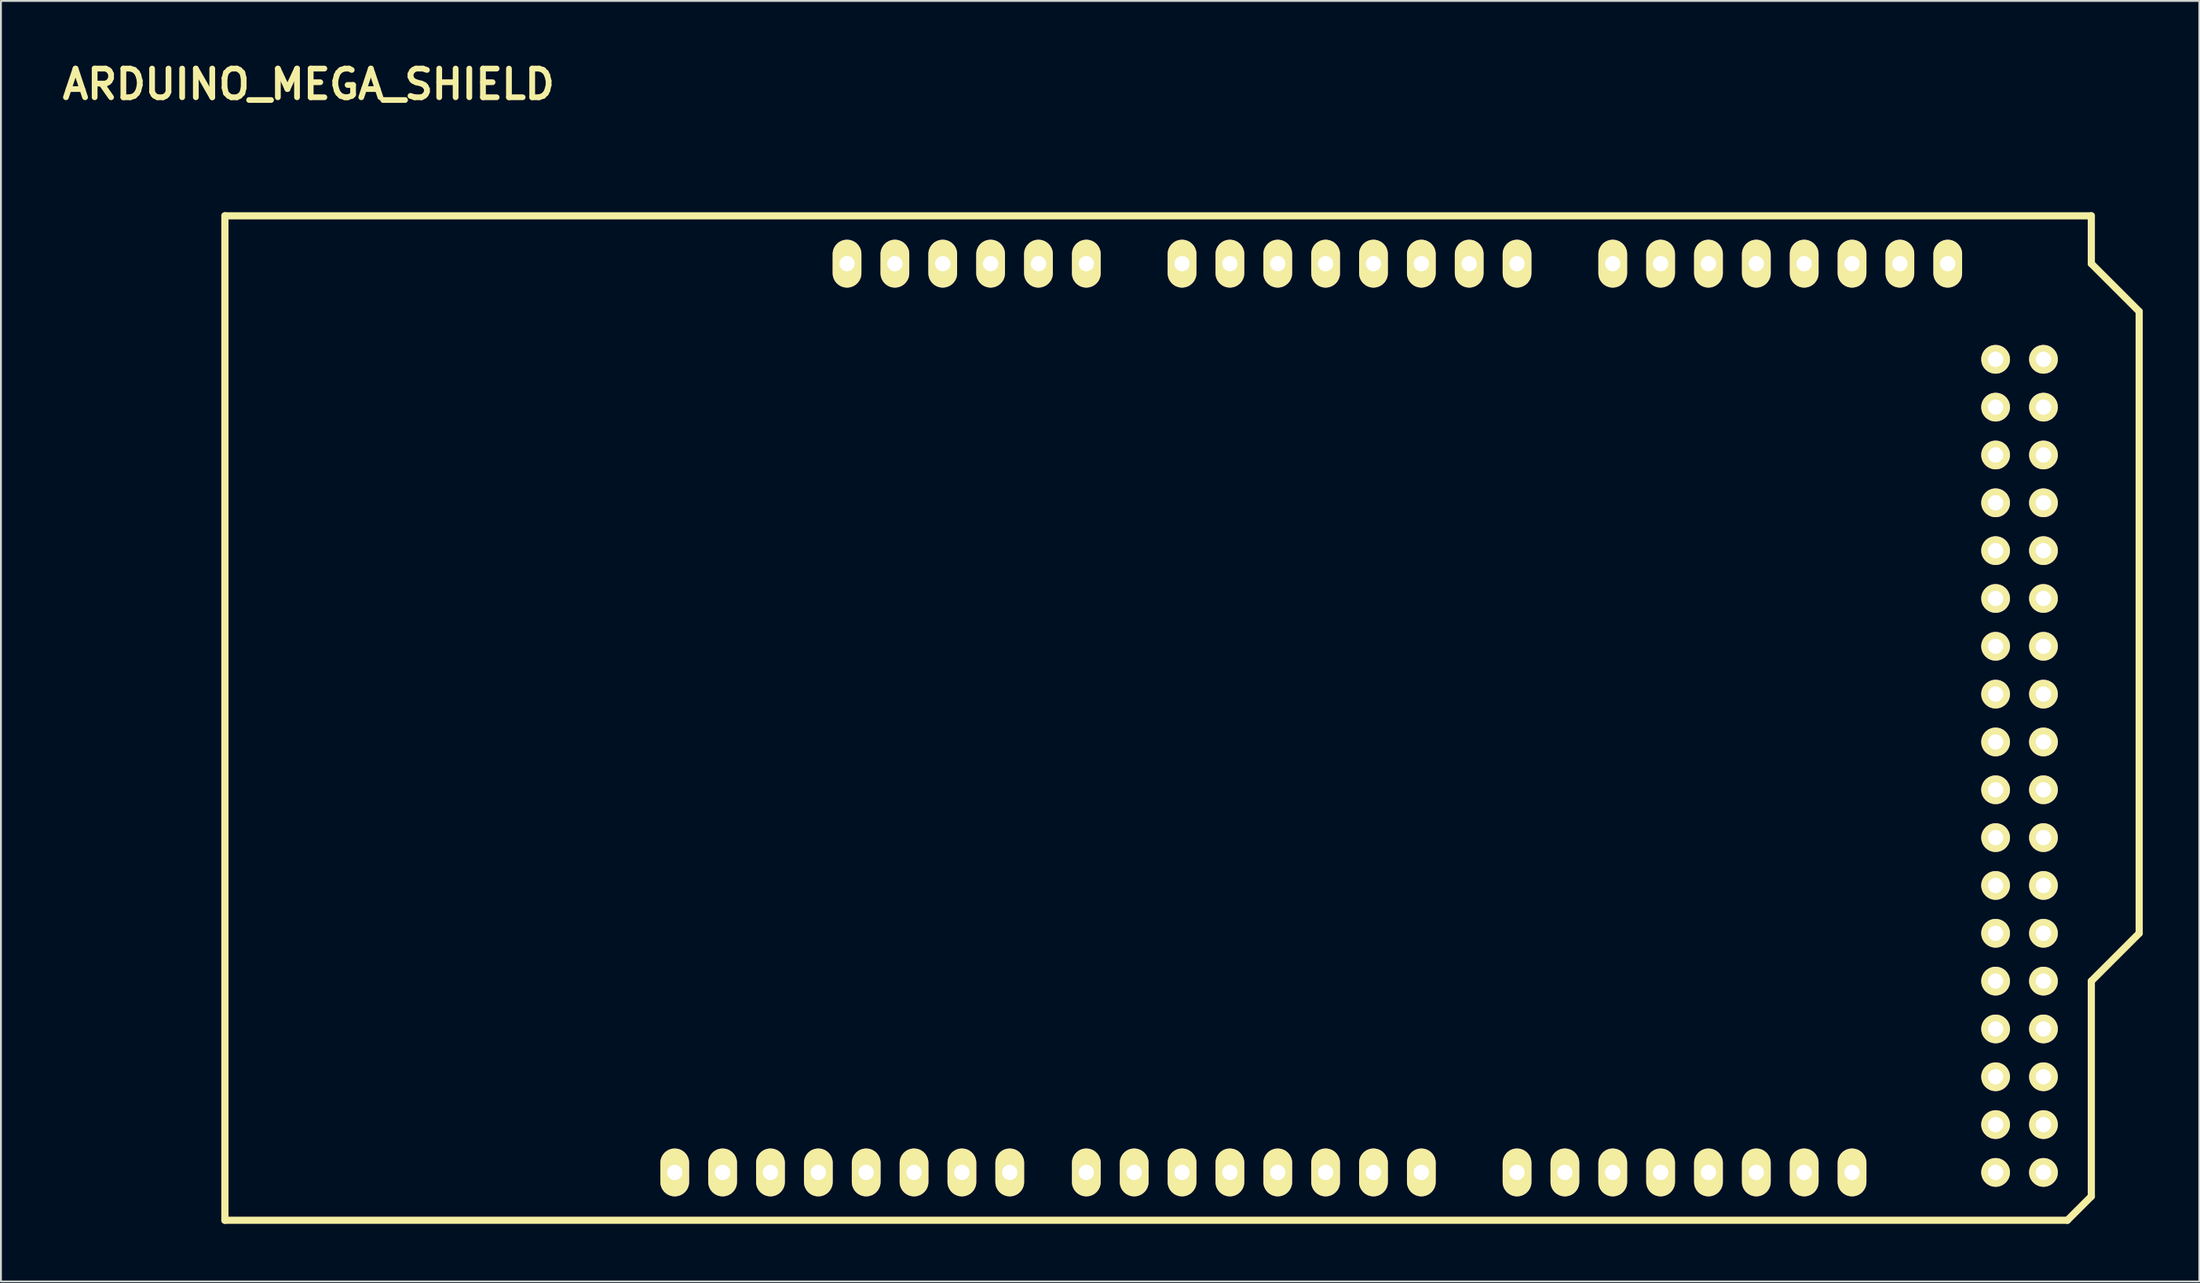
<source format=kicad_pcb>
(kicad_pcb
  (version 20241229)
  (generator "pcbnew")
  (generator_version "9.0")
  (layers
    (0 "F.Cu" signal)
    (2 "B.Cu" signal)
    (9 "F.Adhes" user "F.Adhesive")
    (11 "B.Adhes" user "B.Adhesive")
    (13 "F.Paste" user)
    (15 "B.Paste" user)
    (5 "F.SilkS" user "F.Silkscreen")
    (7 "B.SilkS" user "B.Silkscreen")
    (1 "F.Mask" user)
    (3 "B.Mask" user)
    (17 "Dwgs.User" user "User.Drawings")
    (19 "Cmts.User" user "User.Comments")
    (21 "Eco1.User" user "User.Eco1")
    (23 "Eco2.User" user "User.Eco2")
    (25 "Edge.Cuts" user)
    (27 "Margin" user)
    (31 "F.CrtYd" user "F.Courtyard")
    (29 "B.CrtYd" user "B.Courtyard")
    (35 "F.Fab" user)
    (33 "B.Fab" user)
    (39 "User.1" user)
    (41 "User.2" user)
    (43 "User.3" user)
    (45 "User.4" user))
  (footprint "ARDUINO_MEGA_SHIELD"
    (layer "F.Cu")
    (at 8.886 61.751)
    (property "Reference" "ARDUINO_MEGA_SHIELD" (at 4.445 -60.325 180) (layer "F.SilkS") (effects (font (size 1.524 1.524) (thickness 0.305))))
    (attr through_hole)
    (fp_line (start 0 -53.34) (end 0 0) (stroke (width 0.381) (type solid)) (layer "F.SilkS"))
    (fp_line (start 97.79 0) (end 0 0) (stroke (width 0.381) (type solid)) (layer "F.SilkS"))
    (fp_line (start 99.06 -53.34) (end 0 -53.34) (stroke (width 0.381) (type solid)) (layer "F.SilkS"))
    (fp_line (start 99.06 -50.8) (end 99.06 -53.34) (stroke (width 0.381) (type solid)) (layer "F.SilkS"))
    (fp_line (start 99.06 -12.7) (end 99.06 -1.27) (stroke (width 0.381) (type solid)) (layer "F.SilkS"))
    (fp_line (start 99.06 -12.7) (end 101.6 -15.24) (stroke (width 0.381) (type solid)) (layer "F.SilkS"))
    (fp_line (start 99.06 -1.27) (end 97.79 0) (stroke (width 0.381) (type solid)) (layer "F.SilkS"))
    (fp_line (start 101.6 -48.26) (end 99.06 -50.8) (stroke (width 0.381) (type solid)) (layer "F.SilkS"))
    (fp_line (start 101.6 -15.24) (end 101.6 -48.26) (stroke (width 0.381) (type solid)) (layer "F.SilkS"))
    (pad "0" thru_hole oval (at 63.5 -2.54 90) (size 2.54 1.524) (drill 0.813) (layers "*.Cu" "*.Mask" "F.SilkS"))
    (pad "1" thru_hole oval (at 60.96 -2.54 90) (size 2.54 1.524) (drill 0.813) (layers "*.Cu" "*.Mask" "F.SilkS"))
    (pad "2" thru_hole oval (at 58.42 -2.54 90) (size 2.54 1.524) (drill 0.813) (layers "*.Cu" "*.Mask" "F.SilkS"))
    (pad "3" thru_hole oval (at 55.88 -2.54 90) (size 2.54 1.524) (drill 0.813) (layers "*.Cu" "*.Mask" "F.SilkS"))
    (pad "3V3" thru_hole oval (at 35.56 -50.8 90) (size 2.54 1.524) (drill 0.813) (layers "*.Cu" "*.Mask" "F.SilkS"))
    (pad "4" thru_hole oval (at 53.34 -2.54 90) (size 2.54 1.524) (drill 0.813) (layers "*.Cu" "*.Mask" "F.SilkS"))
    (pad "5" thru_hole oval (at 50.8 -2.54 90) (size 2.54 1.524) (drill 0.813) (layers "*.Cu" "*.Mask" "F.SilkS"))
    (pad "5V" thru_hole oval (at 38.1 -50.8 90) (size 2.54 1.524) (drill 0.813) (layers "*.Cu" "*.Mask" "F.SilkS"))
    (pad "5V_4" thru_hole circle (at 93.98 -2.54 180) (size 1.524 1.524) (drill 0.813) (layers "*.Cu" "*.Mask" "F.SilkS"))
    (pad "5V_5" thru_hole circle (at 96.52 -2.54 180) (size 1.524 1.524) (drill 0.813) (layers "*.Cu" "*.Mask" "F.SilkS"))
    (pad "6" thru_hole oval (at 48.26 -2.54 90) (size 2.54 1.524) (drill 0.813) (layers "*.Cu" "*.Mask" "F.SilkS"))
    (pad "7" thru_hole oval (at 45.72 -2.54 90) (size 2.54 1.524) (drill 0.813) (layers "*.Cu" "*.Mask" "F.SilkS"))
    (pad "8" thru_hole oval (at 41.656 -2.54 90) (size 2.54 1.524) (drill 0.813) (layers "*.Cu" "*.Mask" "F.SilkS"))
    (pad "9" thru_hole oval (at 39.116 -2.54 90) (size 2.54 1.524) (drill 0.813) (layers "*.Cu" "*.Mask" "F.SilkS"))
    (pad "10" thru_hole oval (at 36.576 -2.54 90) (size 2.54 1.524) (drill 0.813) (layers "*.Cu" "*.Mask" "F.SilkS"))
    (pad "11" thru_hole oval (at 34.036 -2.54 90) (size 2.54 1.524) (drill 0.813) (layers "*.Cu" "*.Mask" "F.SilkS"))
    (pad "12" thru_hole oval (at 31.496 -2.54 90) (size 2.54 1.524) (drill 0.813) (layers "*.Cu" "*.Mask" "F.SilkS"))
    (pad "13" thru_hole oval (at 28.956 -2.54 90) (size 2.54 1.524) (drill 0.813) (layers "*.Cu" "*.Mask" "F.SilkS"))
    (pad "14" thru_hole oval (at 68.58 -2.54 90) (size 2.54 1.524) (drill 0.813) (layers "*.Cu" "*.Mask" "F.SilkS"))
    (pad "15" thru_hole oval (at 71.12 -2.54 90) (size 2.54 1.524) (drill 0.813) (layers "*.Cu" "*.Mask" "F.SilkS"))
    (pad "16" thru_hole oval (at 73.66 -2.54 90) (size 2.54 1.524) (drill 0.813) (layers "*.Cu" "*.Mask" "F.SilkS"))
    (pad "17" thru_hole oval (at 76.2 -2.54 90) (size 2.54 1.524) (drill 0.813) (layers "*.Cu" "*.Mask" "F.SilkS"))
    (pad "18" thru_hole oval (at 78.74 -2.54 90) (size 2.54 1.524) (drill 0.813) (layers "*.Cu" "*.Mask" "F.SilkS"))
    (pad "19" thru_hole oval (at 81.28 -2.54 90) (size 2.54 1.524) (drill 0.813) (layers "*.Cu" "*.Mask" "F.SilkS"))
    (pad "20" thru_hole oval (at 83.82 -2.54 90) (size 2.54 1.524) (drill 0.813) (layers "*.Cu" "*.Mask" "F.SilkS"))
    (pad "21" thru_hole oval (at 86.36 -2.54 90) (size 2.54 1.524) (drill 0.813) (layers "*.Cu" "*.Mask" "F.SilkS"))
    (pad "22" thru_hole circle (at 93.98 -5.08 180) (size 1.524 1.524) (drill 0.813) (layers "*.Cu" "*.Mask" "F.SilkS"))
    (pad "23" thru_hole circle (at 96.52 -5.08 180) (size 1.524 1.524) (drill 0.813) (layers "*.Cu" "*.Mask" "F.SilkS"))
    (pad "24" thru_hole circle (at 93.98 -7.62 180) (size 1.524 1.524) (drill 0.813) (layers "*.Cu" "*.Mask" "F.SilkS"))
    (pad "25" thru_hole circle (at 96.52 -7.62 180) (size 1.524 1.524) (drill 0.813) (layers "*.Cu" "*.Mask" "F.SilkS"))
    (pad "26" thru_hole circle (at 93.98 -10.16 180) (size 1.524 1.524) (drill 0.813) (layers "*.Cu" "*.Mask" "F.SilkS"))
    (pad "27" thru_hole circle (at 96.52 -10.16 180) (size 1.524 1.524) (drill 0.813) (layers "*.Cu" "*.Mask" "F.SilkS"))
    (pad "28" thru_hole circle (at 93.98 -12.7 180) (size 1.524 1.524) (drill 0.813) (layers "*.Cu" "*.Mask" "F.SilkS"))
    (pad "29" thru_hole circle (at 96.52 -12.7 180) (size 1.524 1.524) (drill 0.813) (layers "*.Cu" "*.Mask" "F.SilkS"))
    (pad "30" thru_hole circle (at 93.98 -15.24 180) (size 1.524 1.524) (drill 0.813) (layers "*.Cu" "*.Mask" "F.SilkS"))
    (pad "31" thru_hole circle (at 96.52 -15.24 180) (size 1.524 1.524) (drill 0.813) (layers "*.Cu" "*.Mask" "F.SilkS"))
    (pad "32" thru_hole circle (at 93.98 -17.78 180) (size 1.524 1.524) (drill 0.813) (layers "*.Cu" "*.Mask" "F.SilkS"))
    (pad "33" thru_hole circle (at 96.52 -17.78 180) (size 1.524 1.524) (drill 0.813) (layers "*.Cu" "*.Mask" "F.SilkS"))
    (pad "34" thru_hole circle (at 93.98 -20.32 180) (size 1.524 1.524) (drill 0.813) (layers "*.Cu" "*.Mask" "F.SilkS"))
    (pad "35" thru_hole circle (at 96.52 -20.32 180) (size 1.524 1.524) (drill 0.813) (layers "*.Cu" "*.Mask" "F.SilkS"))
    (pad "36" thru_hole circle (at 93.98 -22.86 180) (size 1.524 1.524) (drill 0.813) (layers "*.Cu" "*.Mask" "F.SilkS"))
    (pad "37" thru_hole circle (at 96.52 -22.86 180) (size 1.524 1.524) (drill 0.813) (layers "*.Cu" "*.Mask" "F.SilkS"))
    (pad "38" thru_hole circle (at 93.98 -25.4 180) (size 1.524 1.524) (drill 0.813) (layers "*.Cu" "*.Mask" "F.SilkS"))
    (pad "39" thru_hole circle (at 96.52 -25.4 180) (size 1.524 1.524) (drill 0.813) (layers "*.Cu" "*.Mask" "F.SilkS"))
    (pad "40" thru_hole circle (at 93.98 -27.94 180) (size 1.524 1.524) (drill 0.813) (layers "*.Cu" "*.Mask" "F.SilkS"))
    (pad "41" thru_hole circle (at 96.52 -27.94 180) (size 1.524 1.524) (drill 0.813) (layers "*.Cu" "*.Mask" "F.SilkS"))
    (pad "42" thru_hole circle (at 93.98 -30.48 180) (size 1.524 1.524) (drill 0.813) (layers "*.Cu" "*.Mask" "F.SilkS"))
    (pad "43" thru_hole circle (at 96.52 -30.48 180) (size 1.524 1.524) (drill 0.813) (layers "*.Cu" "*.Mask" "F.SilkS"))
    (pad "44" thru_hole circle (at 93.98 -33.02 180) (size 1.524 1.524) (drill 0.813) (layers "*.Cu" "*.Mask" "F.SilkS"))
    (pad "45" thru_hole circle (at 96.52 -33.02 180) (size 1.524 1.524) (drill 0.813) (layers "*.Cu" "*.Mask" "F.SilkS"))
    (pad "46" thru_hole circle (at 93.98 -35.56 180) (size 1.524 1.524) (drill 0.813) (layers "*.Cu" "*.Mask" "F.SilkS"))
    (pad "47" thru_hole circle (at 96.52 -35.56 180) (size 1.524 1.524) (drill 0.813) (layers "*.Cu" "*.Mask" "F.SilkS"))
    (pad "48" thru_hole circle (at 93.98 -38.1 180) (size 1.524 1.524) (drill 0.813) (layers "*.Cu" "*.Mask" "F.SilkS"))
    (pad "49" thru_hole circle (at 96.52 -38.1 180) (size 1.524 1.524) (drill 0.813) (layers "*.Cu" "*.Mask" "F.SilkS"))
    (pad "50" thru_hole circle (at 93.98 -40.64 180) (size 1.524 1.524) (drill 0.813) (layers "*.Cu" "*.Mask" "F.SilkS"))
    (pad "51" thru_hole circle (at 96.52 -40.64 180) (size 1.524 1.524) (drill 0.813) (layers "*.Cu" "*.Mask" "F.SilkS"))
    (pad "52" thru_hole circle (at 93.98 -43.18 180) (size 1.524 1.524) (drill 0.813) (layers "*.Cu" "*.Mask" "F.SilkS"))
    (pad "53" thru_hole circle (at 96.52 -43.18 180) (size 1.524 1.524) (drill 0.813) (layers "*.Cu" "*.Mask" "F.SilkS"))
    (pad "AD0" thru_hole oval (at 50.8 -50.8 90) (size 2.54 1.524) (drill 0.813) (layers "*.Cu" "*.Mask" "F.SilkS"))
    (pad "AD1" thru_hole oval (at 53.34 -50.8 90) (size 2.54 1.524) (drill 0.813) (layers "*.Cu" "*.Mask" "F.SilkS"))
    (pad "AD2" thru_hole oval (at 55.88 -50.8 90) (size 2.54 1.524) (drill 0.813) (layers "*.Cu" "*.Mask" "F.SilkS"))
    (pad "AD3" thru_hole oval (at 58.42 -50.8 90) (size 2.54 1.524) (drill 0.813) (layers "*.Cu" "*.Mask" "F.SilkS"))
    (pad "AD4" thru_hole oval (at 60.96 -50.8 90) (size 2.54 1.524) (drill 0.813) (layers "*.Cu" "*.Mask" "F.SilkS"))
    (pad "AD5" thru_hole oval (at 63.5 -50.8 90) (size 2.54 1.524) (drill 0.813) (layers "*.Cu" "*.Mask" "F.SilkS"))
    (pad "AD6" thru_hole oval (at 66.04 -50.8 90) (size 2.54 1.524) (drill 0.813) (layers "*.Cu" "*.Mask" "F.SilkS"))
    (pad "AD7" thru_hole oval (at 68.58 -50.8 90) (size 2.54 1.524) (drill 0.813) (layers "*.Cu" "*.Mask" "F.SilkS"))
    (pad "AD8" thru_hole oval (at 73.66 -50.8 90) (size 2.54 1.524) (drill 0.813) (layers "*.Cu" "*.Mask" "F.SilkS"))
    (pad "AD9" thru_hole oval (at 76.2 -50.8 90) (size 2.54 1.524) (drill 0.813) (layers "*.Cu" "*.Mask" "F.SilkS"))
    (pad "AD10" thru_hole oval (at 78.74 -50.8 90) (size 2.54 1.524) (drill 0.813) (layers "*.Cu" "*.Mask" "F.SilkS"))
    (pad "AD11" thru_hole oval (at 81.28 -50.8 90) (size 2.54 1.524) (drill 0.813) (layers "*.Cu" "*.Mask" "F.SilkS"))
    (pad "AD12" thru_hole oval (at 83.82 -50.8 90) (size 2.54 1.524) (drill 0.813) (layers "*.Cu" "*.Mask" "F.SilkS"))
    (pad "AD13" thru_hole oval (at 86.36 -50.8 90) (size 2.54 1.524) (drill 0.813) (layers "*.Cu" "*.Mask" "F.SilkS"))
    (pad "AD14" thru_hole oval (at 88.9 -50.8 90) (size 2.54 1.524) (drill 0.813) (layers "*.Cu" "*.Mask" "F.SilkS"))
    (pad "AD15" thru_hole oval (at 91.44 -50.8 90) (size 2.54 1.524) (drill 0.813) (layers "*.Cu" "*.Mask" "F.SilkS"))
    (pad "AREF" thru_hole oval (at 23.876 -2.54 90) (size 2.54 1.524) (drill 0.813) (layers "*.Cu" "*.Mask" "F.SilkS"))
    (pad "GND1" thru_hole oval (at 40.64 -50.8 90) (size 2.54 1.524) (drill 0.813) (layers "*.Cu" "*.Mask" "F.SilkS"))
    (pad "GND2" thru_hole oval (at 43.18 -50.8 90) (size 2.54 1.524) (drill 0.813) (layers "*.Cu" "*.Mask" "F.SilkS"))
    (pad "GND3" thru_hole oval (at 26.416 -2.54 90) (size 2.54 1.524) (drill 0.813) (layers "*.Cu" "*.Mask" "F.SilkS"))
    (pad "GND4" thru_hole circle (at 93.98 -45.72 180) (size 1.524 1.524) (drill 0.813) (layers "*.Cu" "*.Mask" "F.SilkS"))
    (pad "GND5" thru_hole circle (at 96.52 -45.72 180) (size 1.524 1.524) (drill 0.813) (layers "*.Cu" "*.Mask" "F.SilkS"))
    (pad "RST" thru_hole oval (at 33.02 -50.8 90) (size 2.54 1.524) (drill 0.813) (layers "*.Cu" "*.Mask" "F.SilkS"))
    (pad "V_IN" thru_hole oval (at 45.72 -50.8 90) (size 2.54 1.524) (drill 0.813) (layers "*.Cu" "*.Mask" "F.SilkS")))
  (gr_rect
    (start -3 -3)
    (end 113.677 65.001)
    (stroke (width 0.1) (type default))
    (fill no)
    (layer "Edge.Cuts")))
</source>
